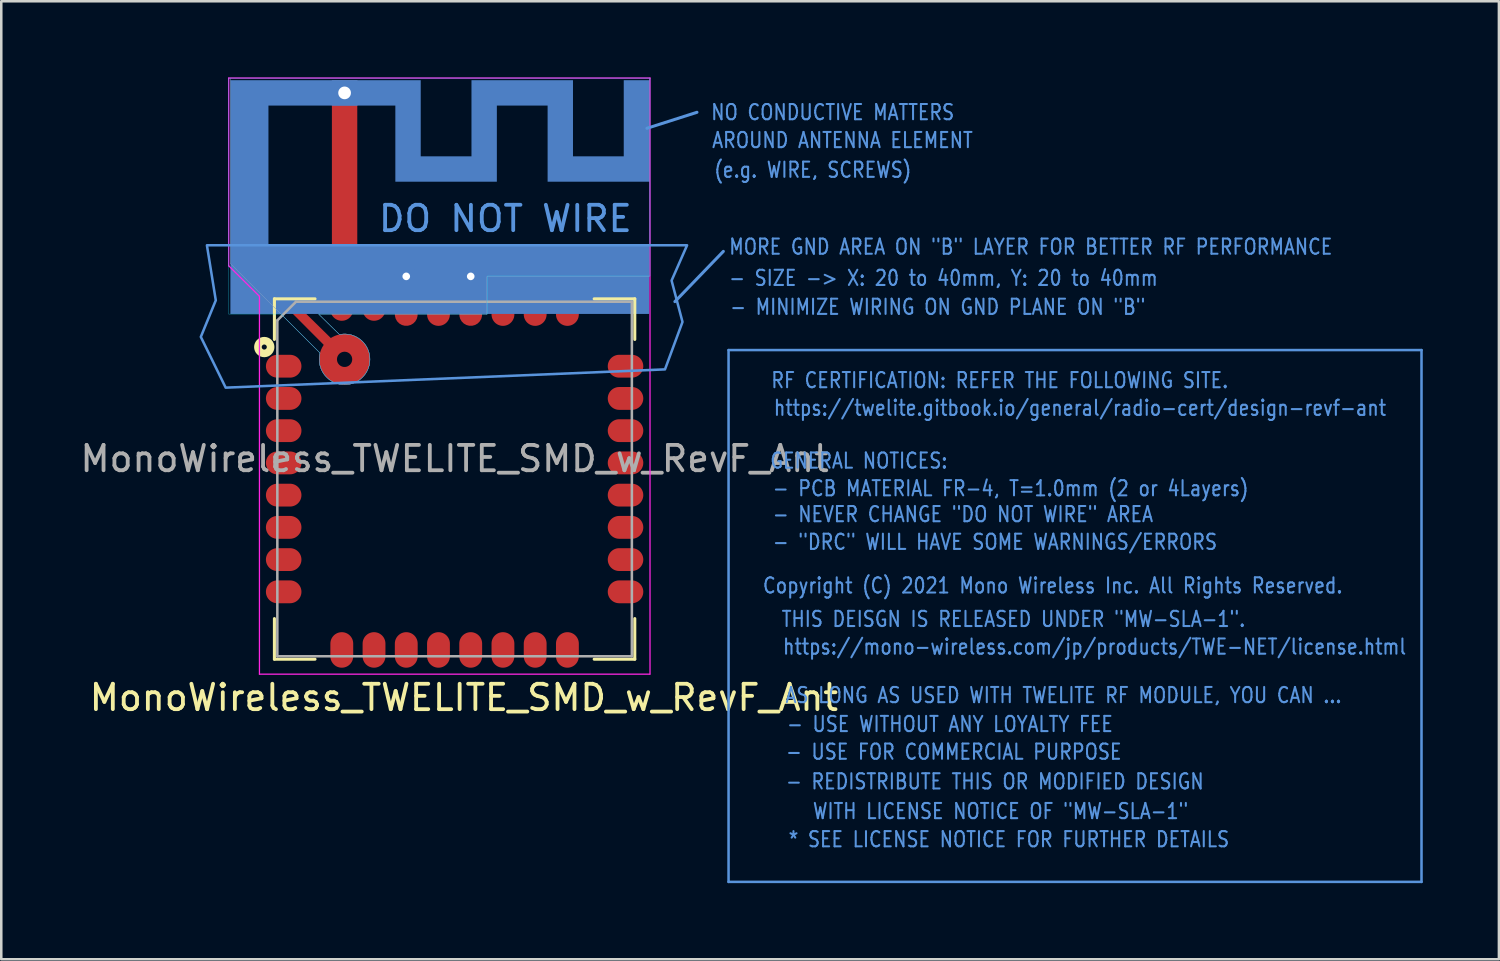
<source format=kicad_pcb>
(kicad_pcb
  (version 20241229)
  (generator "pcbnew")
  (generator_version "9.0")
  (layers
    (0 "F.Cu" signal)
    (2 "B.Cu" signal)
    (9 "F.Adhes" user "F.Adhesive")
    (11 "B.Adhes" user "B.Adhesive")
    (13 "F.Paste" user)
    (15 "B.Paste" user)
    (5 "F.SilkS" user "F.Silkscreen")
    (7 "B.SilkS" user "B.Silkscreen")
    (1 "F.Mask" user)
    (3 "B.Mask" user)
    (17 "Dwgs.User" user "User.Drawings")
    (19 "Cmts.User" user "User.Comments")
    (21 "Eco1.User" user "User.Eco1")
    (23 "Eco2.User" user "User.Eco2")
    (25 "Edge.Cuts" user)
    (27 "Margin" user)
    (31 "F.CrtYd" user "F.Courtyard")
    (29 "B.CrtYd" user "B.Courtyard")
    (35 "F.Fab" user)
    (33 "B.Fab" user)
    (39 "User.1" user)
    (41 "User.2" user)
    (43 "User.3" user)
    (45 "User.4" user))
  (footprint "MonoWireless_TWELITE_SMD_w_RevF_Ant"
    (layer "F.Cu")
    (at 14.863 15.825)
    (property "Reference" "MonoWireless_TWELITE_SMD_w_RevF_Ant" (at 0.366 8.613 0) (layer "F.SilkS") (effects (font (size 1 1) (thickness 0.15))))
    (attr smd)
    (fp_circle (center -4.335 -4.715) (end -4.035 -4.715) (stroke (width 0.7) (type solid)) (fill no) (layer "F.Cu"))
    (fp_poly (pts (xy -1.455 -6.866) (xy -2.355 -6.866) (xy -2.355 -7.985) (xy -1.455 -7.985)) (stroke (width 0) (type solid)) (fill yes) (layer "F.Cu"))
    (fp_poly (pts (xy 1.085 -6.866) (xy 0.185 -6.866) (xy 0.185 -7.985) (xy 1.085 -7.985)) (stroke (width 0) (type solid)) (fill yes) (layer "F.Cu"))
    (fp_poly (pts (xy -3.835 -8.215) (xy -7.585 -8.215) (xy -4.614 -5.296) (xy -4.411 -5.106) (xy -4.703 -4.839) (xy -4.902 -5.032) (xy -8.081 -8.217) (xy -8.085 -8.715) (xy -4.835 -8.715) (xy -4.835 -15.715) (xy -3.835 -15.715)) (stroke (width 0) (type solid)) (fill yes) (layer "F.Cu"))
    (fp_circle (center -4.336 -6.985) (end -4.236 -6.985) (stroke (width 0.3) (type solid)) (fill no) (layer "F.Mask"))
    (fp_circle (center -4.335 -4.715) (end -4.035 -4.715) (stroke (width 0.75) (type solid)) (fill no) (layer "F.Mask"))
    (fp_poly (pts (xy 7.667 -9.215) (xy -8.835 -9.215) (xy -8.835 -6.505) (xy 7.665 -6.505) (xy 7.667 -9.221)) (stroke (width 0) (type solid)) (fill yes) (layer "B.Cu"))
    (fp_poly (pts (xy -1.335 -12.715) (xy 0.665 -12.715) (xy 0.665 -15.715) (xy 4.665 -15.715) (xy 4.665 -12.715) (xy 6.665 -12.715) (xy 6.665 -15.715) (xy 7.665 -15.715) (xy 7.665 -11.715) (xy 3.665 -11.715) (xy 3.665 -14.715) (xy 1.665 -14.715) (xy 1.665 -11.715) (xy -2.335 -11.715) (xy -2.335 -14.715) (xy -7.335 -14.715) (xy -7.335 -9.215) (xy -8.835 -9.215) (xy -8.835 -15.715) (xy -1.335 -15.715)) (stroke (width 0) (type solid)) (fill yes) (layer "B.Cu"))
    (fp_line (start -7.1 -7.1) (end -7.1 -5.5) (stroke (width 0.12) (type solid)) (layer "F.SilkS"))
    (fp_line (start -7.1 -7.1) (end -5.5 -7.1) (stroke (width 0.12) (type solid)) (layer "F.SilkS"))
    (fp_line (start -7.1 7.1) (end -7.1 5.5) (stroke (width 0.12) (type solid)) (layer "F.SilkS"))
    (fp_line (start -5.5 7.1) (end -7.1 7.1) (stroke (width 0.12) (type solid)) (layer "F.SilkS"))
    (fp_line (start 7.1 -7.1) (end 5.5 -7.1) (stroke (width 0.12) (type solid)) (layer "F.SilkS"))
    (fp_line (start 7.1 -7.1) (end 7.1 -5.5) (stroke (width 0.12) (type solid)) (layer "F.SilkS"))
    (fp_line (start 7.1 7.1) (end 5.5 7.1) (stroke (width 0.12) (type solid)) (layer "F.SilkS"))
    (fp_line (start 7.1 7.1) (end 7.1 5.5) (stroke (width 0.12) (type solid)) (layer "F.SilkS"))
    (fp_circle (center -7.5 -5.2) (end -7.4 -5.2) (stroke (width 0.3) (type solid)) (fill no) (layer "F.SilkS"))
    (fp_circle (center -4.335 -4.715) (end -4.035 -4.715) (stroke (width 0.7) (type solid)) (fill no) (layer "F.Paste"))
    (fp_line (start -8.835 -15.8) (end 7.665 -15.8) (stroke (width 0.01) (type solid)) (layer "Cmts.User"))
    (fp_line (start -8.835 -8.494) (end -5.304 -4.963) (stroke (width 0.01) (type solid)) (layer "Cmts.User"))
    (fp_line (start -8.835 -8.494) (end -8.835 -15.8) (stroke (width 0.01) (type solid)) (layer "Cmts.User"))
    (fp_line (start -5.345 -6.485) (end -4.538 -5.694) (stroke (width 0.01) (type solid)) (layer "Cmts.User"))
    (fp_line (start 1.27 -7.965) (end 1.27 -6.485) (stroke (width 0.01) (type solid)) (layer "Cmts.User"))
    (fp_line (start 1.27 -6.485) (end -5.345 -6.485) (stroke (width 0.01) (type solid)) (layer "Cmts.User"))
    (fp_line (start 7.58 -13.82) (end 9.55 -14.45) (stroke (width 0.12) (type solid)) (layer "Cmts.User"))
    (fp_line (start 7.665 -15.8) (end 7.665 -7.965) (stroke (width 0.01) (type solid)) (layer "Cmts.User"))
    (fp_line (start 7.665 -7.965) (end 1.27 -7.965) (stroke (width 0.01) (type solid)) (layer "Cmts.User"))
    (fp_line (start 8.68 -6.99) (end 10.59 -8.97) (stroke (width 0.12) (type solid)) (layer "Cmts.User"))
    (fp_line (start 10.795 -5.08) (end 38.1 -5.08) (stroke (width 0.1) (type solid)) (layer "Cmts.User"))
    (fp_line (start 10.795 15.875) (end 10.795 -5.08) (stroke (width 0.1) (type solid)) (layer "Cmts.User"))
    (fp_line (start 38.1 -5.08) (end 38.1 15.875) (stroke (width 0.1) (type solid)) (layer "Cmts.User"))
    (fp_line (start 38.1 15.875) (end 10.795 15.875) (stroke (width 0.1) (type solid)) (layer "Cmts.User"))
    (fp_arc (start -4.538883 -5.693983) (mid -3.643952 -3.992184) (end -5.303866 -4.962599) (stroke (width 0.01) (type solid)) (layer "Cmts.User"))
    (fp_poly (pts (xy 8.55 -7.82) (xy 8.98 -6.19) (xy 8.29 -4.32) (xy -9.02 -3.6) (xy -10 -5.6) (xy -9.41 -7.04) (xy -9.76 -9.21) (xy 9.16 -9.21)) (stroke (width 0.1) (type solid)) (fill no) (layer "Cmts.User"))
    (fp_line (start -8.9 -15.8) (end 7.7 -15.8) (stroke (width 0.01) (type solid)) (layer "B.CrtYd"))
    (fp_line (start -8.9 -6.5) (end -8.9 -15.8) (stroke (width 0.01) (type solid)) (layer "B.CrtYd"))
    (fp_line (start -6.84 -6.5) (end -8.9 -6.5) (stroke (width 0.01) (type solid)) (layer "B.CrtYd"))
    (fp_line (start -6.84 -6.5) (end -5.304 -4.969) (stroke (width 0.01) (type solid)) (layer "B.CrtYd"))
    (fp_line (start -5.36 -6.5) (end -4.538 -5.694) (stroke (width 0.01) (type solid)) (layer "B.CrtYd"))
    (fp_line (start -5.36 -6.5) (end 1.3 -6.5) (stroke (width 0.01) (type solid)) (layer "B.CrtYd"))
    (fp_line (start 1.3 -8) (end 1.3 -6.5) (stroke (width 0.01) (type solid)) (layer "B.CrtYd"))
    (fp_line (start 7.7 -15.8) (end 7.7 -8) (stroke (width 0.01) (type solid)) (layer "B.CrtYd"))
    (fp_line (start 7.7 -8) (end 1.3 -8) (stroke (width 0.01) (type solid)) (layer "B.CrtYd"))
    (fp_arc (start -4.538883 -5.693983) (mid -3.643952 -3.992184) (end -5.303866 -4.962599) (stroke (width 0.01) (type solid)) (layer "B.CrtYd"))
    (fp_line (start -8.9 -15.8) (end -8.9 -8.4) (stroke (width 0.05) (type solid)) (layer "F.CrtYd"))
    (fp_line (start -8.9 -8.4) (end -7.69 -7.2) (stroke (width 0.05) (type solid)) (layer "F.CrtYd"))
    (fp_line (start -7.69 -7.2) (end -7.69 7.69) (stroke (width 0.05) (type solid)) (layer "F.CrtYd"))
    (fp_line (start -7.69 7.69) (end 7.69 7.69) (stroke (width 0.05) (type solid)) (layer "F.CrtYd"))
    (fp_line (start 7.7 -15.8) (end -8.9 -15.8) (stroke (width 0.05) (type solid)) (layer "F.CrtYd"))
    (fp_line (start 7.7 7.69) (end 7.7 -15.8) (stroke (width 0.05) (type solid)) (layer "F.CrtYd"))
    (fp_line (start -8.835 -15.8) (end 7.665 -15.8) (stroke (width 0.01) (type solid)) (layer "F.Fab"))
    (fp_line (start -8.835 -8.494) (end -5.304 -4.963) (stroke (width 0.01) (type solid)) (layer "F.Fab"))
    (fp_line (start -8.835 -8.494) (end -8.835 -15.8) (stroke (width 0.01) (type solid)) (layer "F.Fab"))
    (fp_line (start -6.985 -6.25) (end -6.985 6.985) (stroke (width 0.1) (type solid)) (layer "F.Fab"))
    (fp_line (start -6.985 6.985) (end 6.985 6.985) (stroke (width 0.1) (type solid)) (layer "F.Fab"))
    (fp_line (start -6.25 -6.985) (end -6.985 -6.25) (stroke (width 0.1) (type solid)) (layer "F.Fab"))
    (fp_line (start -5.345 -6.485) (end -4.538 -5.694) (stroke (width 0.01) (type solid)) (layer "F.Fab"))
    (fp_line (start 1.27 -7.965) (end 1.27 -6.485) (stroke (width 0.01) (type solid)) (layer "F.Fab"))
    (fp_line (start 1.27 -6.485) (end -5.345 -6.485) (stroke (width 0.01) (type solid)) (layer "F.Fab"))
    (fp_line (start 6.985 -6.985) (end -6.25 -6.985) (stroke (width 0.1) (type solid)) (layer "F.Fab"))
    (fp_line (start 6.985 6.985) (end 6.985 -6.985) (stroke (width 0.1) (type solid)) (layer "F.Fab"))
    (fp_line (start 7.665 -15.8) (end 7.665 -7.965) (stroke (width 0.01) (type solid)) (layer "F.Fab"))
    (fp_line (start 7.665 -15.715) (end 7.665 -11.715) (stroke (width 0.01) (type solid)) (layer "F.Fab"))
    (fp_line (start 7.665 -15.715) (end 7.665 -11.715) (stroke (width 0.01) (type solid)) (layer "F.Fab"))
    (fp_line (start 7.665 -7.965) (end 1.27 -7.965) (stroke (width 0.01) (type solid)) (layer "F.Fab"))
    (fp_arc (start -4.538883 -5.693983) (mid -3.643952 -3.992184) (end -5.303866 -4.962599) (stroke (width 0.01) (type solid)) (layer "F.Fab"))
    (fp_text user "Copyright (C) 2021 Mono Wireless Inc. All Rights Reserved." (at 12.1 4.2 0) (layer "Cmts.User") (effects (font (size 0.6 0.5) (thickness 0.08)) (justify left)))
    (fp_text user "AROUND ANTENNA ELEMENT" (at 10.1 -13.35 0) (layer "Cmts.User") (effects (font (size 0.6 0.5) (thickness 0.08)) (justify left)))
    (fp_text user "NO CONDUCTIVE MATTERS" (at 10.06 -14.45 0) (layer "Cmts.User") (effects (font (size 0.6 0.5) (thickness 0.08)) (justify left)))
    (fp_text user "- NEVER CHANGE \"DO NOT WIRE\" AREA" (at 12.49 1.39 0) (layer "Cmts.User") (effects (font (size 0.6 0.5) (thickness 0.08)) (justify left)))
    (fp_text user "MORE GND AREA ON \"B\" LAYER FOR BETTER RF PERFORMANCE" (at 10.77 -9.15 0) (layer "Cmts.User") (effects (font (size 0.6 0.5) (thickness 0.08)) (justify left)))
    (fp_text user "- SIZE -> X: 20 to 40mm, Y: 20 to 40mm" (at 10.77 -7.92 0) (layer "Cmts.User") (effects (font (size 0.6 0.5) (thickness 0.08)) (justify left)))
    (fp_text user "* SEE LICENSE NOTICE FOR FURTHER DETAILS" (at 13.11 14.2 0) (layer "Cmts.User") (effects (font (size 0.6 0.5) (thickness 0.08)) (justify left)))
    (fp_text user "- REDISTRIBUTE THIS OR MODIFIED DESIGN" (at 13.01 11.92 0) (layer "Cmts.User") (effects (font (size 0.6 0.5) (thickness 0.08)) (justify left)))
    (fp_text user "https://twelite.gitbook.io/general/radio-cert/design-revf-ant" (at 12.53 -2.8 0) (layer "Cmts.User") (effects (font (size 0.6 0.5) (thickness 0.08)) (justify left)))
    (fp_text user "- \"DRC\" WILL HAVE SOME WARNINGS/ERRORS" (at 12.49 2.48 0) (layer "Cmts.User") (effects (font (size 0.6 0.5) (thickness 0.08)) (justify left)))
    (fp_text user "- PCB MATERIAL FR-4, T=1.0mm (2 or 4Layers)" (at 12.49 0.37 0) (layer "Cmts.User") (effects (font (size 0.6 0.5) (thickness 0.08)) (justify left)))
    (fp_text user "- MINIMIZE WIRING ON GND PLANE ON \"B\"" (at 10.81 -6.78 0) (layer "Cmts.User") (effects (font (size 0.6 0.5) (thickness 0.08)) (justify left)))
    (fp_text user "(e.g. WIRE, SCREWS)" (at 10.18 -12.18 0) (layer "Cmts.User") (effects (font (size 0.6 0.5) (thickness 0.08)) (justify left)))
    (fp_text user "WITH LICENSE NOTICE OF \"MW-SLA-1\"" (at 14.07 13.09 0) (layer "Cmts.User") (effects (font (size 0.6 0.5) (thickness 0.08)) (justify left)))
    (fp_text user "THIS DEISGN IS RELEASED UNDER \"MW-SLA-1\"." (at 12.84 5.52 0) (layer "Cmts.User") (effects (font (size 0.6 0.5) (thickness 0.08)) (justify left)))
    (fp_text user "GENERAL NOTICES:" (at 12.39 -0.72 0) (layer "Cmts.User") (effects (font (size 0.6 0.5) (thickness 0.08)) (justify left)))
    (fp_text user "- USE WITHOUT ANY LOYALTY FEE" (at 13.05 9.66 0) (layer "Cmts.User") (effects (font (size 0.6 0.5) (thickness 0.08)) (justify left)))
    (fp_text user "https://mono-wireless.com/jp/products/TWE-NET/license.html" (at 12.89 6.61 0) (layer "Cmts.User") (effects (font (size 0.6 0.5) (thickness 0.08)) (justify left)))
    (fp_text user "RF CERTIFICATION: REFER THE FOLLOWING SITE." (at 12.43 -3.89 0) (layer "Cmts.User") (effects (font (size 0.6 0.5) (thickness 0.08)) (justify left)))
    (fp_text user "- USE FOR COMMERCIAL PURPOSE" (at 13.01 10.75 0) (layer "Cmts.User") (effects (font (size 0.6 0.5) (thickness 0.08)) (justify left)))
    (fp_text user "AS LONG AS USED WITH TWELITE RF MODULE, YOU CAN ..." (at 12.99 8.52 0) (layer "Cmts.User") (effects (font (size 0.6 0.5) (thickness 0.08)) (justify left)))
    (fp_text user "DO NOT WIRE" (at 2 -10.26 0) (layer "Cmts.User") (effects (font (size 1 1) (thickness 0.15))))
    (fp_text user "${REFERENCE}" (at 0 -0.8 0) (layer "F.Fab") (effects (font (size 1 1) (thickness 0.15))))
    (pad "" thru_hole rect (at -4.335 -15.215 270) (size 1 1) (drill 0.5) (layers "*.Cu" "*.Mask"))
    (pad "" smd custom (at -1.905 -6.985 270) (size 0.9 0.9) (layers "F.Cu" "F.Mask" "F.Paste") (options (anchor circle)) (primitives (gr_poly (pts (xy 0.715 0.175) (xy 0.315 0.175) (xy 0.315 -0.225) (xy 0.715 -0.225)) (width 0.1) (fill yes)) (gr_circle (center 0.5 0) (end 0.8 0) (width 0.3) (fill no)) (gr_poly (pts (xy 0.45 0.45) (xy -0.05 0.45) (xy -0.05 -0.45) (xy 0.45 -0.45)) (width 0) (fill yes))))
    (pad "" smd custom (at 0.635 -6.985 270) (size 0.9 0.9) (layers "F.Cu" "F.Mask" "F.Paste") (options (anchor circle)) (primitives (gr_poly (pts (xy 0.715 0.175) (xy 0.315 0.175) (xy 0.315 -0.225) (xy 0.715 -0.225)) (width 0.1) (fill yes)) (gr_circle (center 0.5 0) (end 0.8 0) (width 0.3) (fill no)) (gr_poly (pts (xy 0.45 0.45) (xy -0.05 0.45) (xy -0.05 -0.45) (xy 0.45 -0.45)) (width 0) (fill yes))))
    (pad "1" smd oval (at -6.735 -4.445) (size 1.4 0.9) (layers "F.Cu" "F.Mask" "F.Paste"))
    (pad "2" smd oval (at -6.735 -3.175) (size 1.4 0.9) (layers "F.Cu" "F.Mask" "F.Paste"))
    (pad "3" smd oval (at -6.735 -1.905) (size 1.4 0.9) (layers "F.Cu" "F.Mask" "F.Paste"))
    (pad "4" smd oval (at -6.735 -0.635) (size 1.4 0.9) (layers "F.Cu" "F.Mask" "F.Paste"))
    (pad "5" smd oval (at -6.735 0.635) (size 1.4 0.9) (layers "F.Cu" "F.Mask" "F.Paste"))
    (pad "6" smd oval (at -6.735 1.905) (size 1.4 0.9) (layers "F.Cu" "F.Mask" "F.Paste"))
    (pad "7" smd oval (at -6.735 3.175) (size 1.4 0.9) (layers "F.Cu" "F.Mask" "F.Paste"))
    (pad "8" smd oval (at -6.735 4.445) (size 1.4 0.9) (layers "F.Cu" "F.Mask" "F.Paste"))
    (pad "9" smd oval (at -4.445 6.735 270) (size 1.4 0.9) (layers "F.Cu" "F.Mask" "F.Paste"))
    (pad "10" smd oval (at -3.175 6.735 270) (size 1.4 0.9) (layers "F.Cu" "F.Mask" "F.Paste"))
    (pad "11" smd oval (at -1.905 6.735 270) (size 1.4 0.9) (layers "F.Cu" "F.Mask" "F.Paste"))
    (pad "12" smd oval (at -0.635 6.735 270) (size 1.4 0.9) (layers "F.Cu" "F.Mask" "F.Paste"))
    (pad "13" smd oval (at 0.635 6.735 270) (size 1.4 0.9) (layers "F.Cu" "F.Mask" "F.Paste"))
    (pad "14" smd oval (at 1.905 6.735 270) (size 1.4 0.9) (layers "F.Cu" "F.Mask" "F.Paste"))
    (pad "15" smd oval (at 3.175 6.735 270) (size 1.4 0.9) (layers "F.Cu" "F.Mask" "F.Paste"))
    (pad "16" smd oval (at 4.445 6.735 270) (size 1.4 0.9) (layers "F.Cu" "F.Mask" "F.Paste"))
    (pad "17" smd oval (at 6.735 4.445) (size 1.4 0.9) (layers "F.Cu" "F.Mask" "F.Paste"))
    (pad "18" smd oval (at 6.735 3.175) (size 1.4 0.9) (layers "F.Cu" "F.Mask" "F.Paste"))
    (pad "19" smd oval (at 6.735 1.905) (size 1.4 0.9) (layers "F.Cu" "F.Mask" "F.Paste"))
    (pad "20" smd oval (at 6.735 0.635) (size 1.4 0.9) (layers "F.Cu" "F.Mask" "F.Paste"))
    (pad "21" smd oval (at 6.735 -0.635) (size 1.4 0.9) (layers "F.Cu" "F.Mask" "F.Paste"))
    (pad "22" smd oval (at 6.735 -1.905) (size 1.4 0.9) (layers "F.Cu" "F.Mask" "F.Paste"))
    (pad "23" smd oval (at 6.735 -3.175) (size 1.4 0.9) (layers "F.Cu" "F.Mask" "F.Paste"))
    (pad "24" smd oval (at 6.735 -4.445) (size 1.4 0.9) (layers "F.Cu" "F.Mask" "F.Paste"))
    (pad "25" smd oval (at 4.445 -6.735 90) (size 1.4 0.9) (layers "F.Cu" "F.Mask" "F.Paste"))
    (pad "26" smd oval (at 3.175 -6.735 90) (size 1.4 0.9) (layers "F.Cu" "F.Mask" "F.Paste"))
    (pad "27" smd oval (at 1.905 -6.735 90) (size 1.4 0.9) (layers "F.Cu" "F.Mask" "F.Paste"))
    (pad "28" thru_hole circle (at 0.635 -7.985 270) (size 0.9 0.9) (drill 0.3) (layers "*.Cu"))
    (pad "29" smd oval (at -0.635 -6.735 90) (size 1.4 0.9) (layers "F.Cu" "F.Mask" "F.Paste"))
    (pad "30" thru_hole circle (at -1.905 -7.985 270) (size 0.9 0.9) (drill 0.3) (layers "*.Cu"))
    (pad "31" smd oval (at -3.175 -6.835 270) (size 1.2 0.9) (layers "F.Cu" "F.Mask" "F.Paste"))
    (pad "32" smd oval (at -4.445 -6.835 270) (size 1.2 0.9) (layers "F.Cu" "F.Mask" "F.Paste")))
  (gr_rect
    (start -3 -3)
    (end 56.013 34.75)
    (stroke (width 0.1) (type default))
    (fill no)
    (layer "Edge.Cuts")))
</source>
